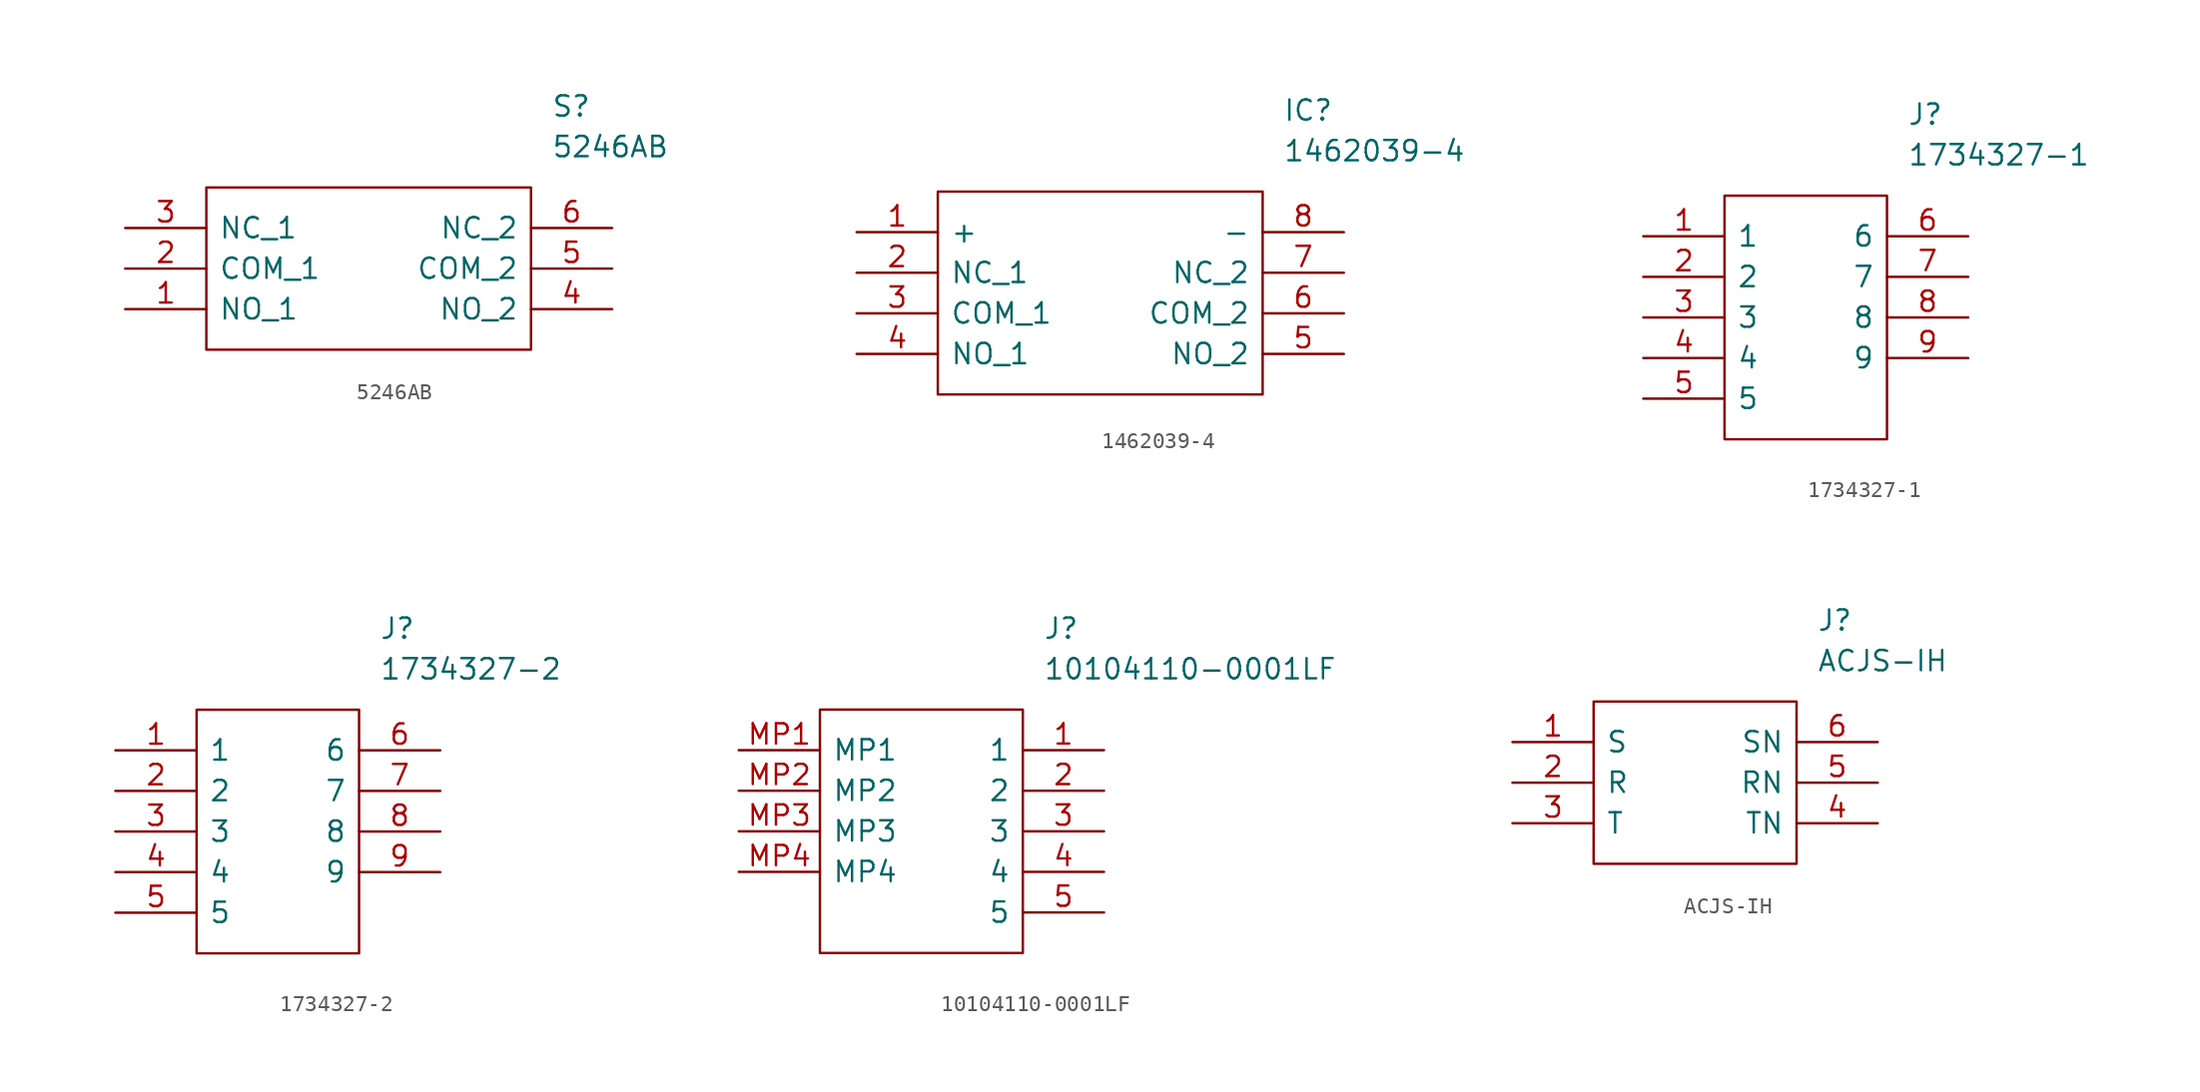
<source format=kicad_sym>
(kicad_symbol_lib
  (version 20211014)
  (generator kicad_symbol_editor)
  (symbol "5246AB"
    (pin_names
      (offset 0.762))
    (property "Reference" "S"
      (at 26.67 7.62 0)
      (effects (font (size 1.27 1.27)) (justify left)))
    (property "Value" "5246AB"
      (at 26.67 5.08 0)
      (effects (font (size 1.27 1.27)) (justify left)))
    (symbol "5246AB_0_0"
      (pin passive line (at 0 -5.08 0) (length 5.08) (name "NO_1" (effects (font (size 1.27 1.27)))) (number "1" (effects (font (size 1.27 1.27)))))
      (pin passive line (at 0 -2.54 0) (length 5.08) (name "COM_1" (effects (font (size 1.27 1.27)))) (number "2" (effects (font (size 1.27 1.27)))))
      (pin passive line (at 0 0 0) (length 5.08) (name "NC_1" (effects (font (size 1.27 1.27)))) (number "3" (effects (font (size 1.27 1.27)))))
      (pin passive line (at 30.48 -5.08 180) (length 5.08) (name "NO_2" (effects (font (size 1.27 1.27)))) (number "4" (effects (font (size 1.27 1.27)))))
      (pin passive line (at 30.48 -2.54 180) (length 5.08) (name "COM_2" (effects (font (size 1.27 1.27)))) (number "5" (effects (font (size 1.27 1.27)))))
      (pin passive line (at 30.48 0 180) (length 5.08) (name "NC_2" (effects (font (size 1.27 1.27)))) (number "6" (effects (font (size 1.27 1.27))))))
    (symbol "5246AB_0_1"
      (polyline (pts (xy 5.08 2.54) (xy 25.4 2.54) (xy 25.4 -7.62) (xy 5.08 -7.62) (xy 5.08 2.54)) (stroke (width 0.152) (type default) (color 0 0 0 0)) (fill (type none)))))
  (symbol "1462039-4"
    (pin_names
      (offset 0.762))
    (property "Reference" "IC"
      (at 26.67 7.62 0)
      (effects (font (size 1.27 1.27)) (justify left)))
    (property "Value" "1462039-4"
      (at 26.67 5.08 0)
      (effects (font (size 1.27 1.27)) (justify left)))
    (symbol "1462039-4_0_0"
      (pin passive line (at 0 0 0) (length 5.08) (name "+" (effects (font (size 1.27 1.27)))) (number "1" (effects (font (size 1.27 1.27)))))
      (pin passive line (at 0 -2.54 0) (length 5.08) (name "NC_1" (effects (font (size 1.27 1.27)))) (number "2" (effects (font (size 1.27 1.27)))))
      (pin passive line (at 0 -5.08 0) (length 5.08) (name "COM_1" (effects (font (size 1.27 1.27)))) (number "3" (effects (font (size 1.27 1.27)))))
      (pin passive line (at 0 -7.62 0) (length 5.08) (name "NO_1" (effects (font (size 1.27 1.27)))) (number "4" (effects (font (size 1.27 1.27)))))
      (pin passive line (at 30.48 -7.62 180) (length 5.08) (name "NO_2" (effects (font (size 1.27 1.27)))) (number "5" (effects (font (size 1.27 1.27)))))
      (pin passive line (at 30.48 -5.08 180) (length 5.08) (name "COM_2" (effects (font (size 1.27 1.27)))) (number "6" (effects (font (size 1.27 1.27)))))
      (pin passive line (at 30.48 -2.54 180) (length 5.08) (name "NC_2" (effects (font (size 1.27 1.27)))) (number "7" (effects (font (size 1.27 1.27)))))
      (pin passive line (at 30.48 0 180) (length 5.08) (name "-" (effects (font (size 1.27 1.27)))) (number "8" (effects (font (size 1.27 1.27))))))
    (symbol "1462039-4_0_1"
      (polyline (pts (xy 5.08 2.54) (xy 25.4 2.54) (xy 25.4 -10.16) (xy 5.08 -10.16) (xy 5.08 2.54)) (stroke (width 0.152) (type default) (color 0 0 0 0)) (fill (type none)))))
  (symbol "1734327-1"
    (pin_names
      (offset 0.762))
    (property "Reference" "J"
      (at 16.51 7.62 0)
      (effects (font (size 1.27 1.27)) (justify left)))
    (property "Value" "1734327-1"
      (at 16.51 5.08 0)
      (effects (font (size 1.27 1.27)) (justify left)))
    (symbol "1734327-1_0_0"
      (pin passive line (at 0 0 0) (length 5.08) (name "1" (effects (font (size 1.27 1.27)))) (number "1" (effects (font (size 1.27 1.27)))))
      (pin passive line (at 0 -2.54 0) (length 5.08) (name "2" (effects (font (size 1.27 1.27)))) (number "2" (effects (font (size 1.27 1.27)))))
      (pin passive line (at 0 -5.08 0) (length 5.08) (name "3" (effects (font (size 1.27 1.27)))) (number "3" (effects (font (size 1.27 1.27)))))
      (pin passive line (at 0 -7.62 0) (length 5.08) (name "4" (effects (font (size 1.27 1.27)))) (number "4" (effects (font (size 1.27 1.27)))))
      (pin passive line (at 0 -10.16 0) (length 5.08) (name "5" (effects (font (size 1.27 1.27)))) (number "5" (effects (font (size 1.27 1.27)))))
      (pin passive line (at 20.32 0 180) (length 5.08) (name "6" (effects (font (size 1.27 1.27)))) (number "6" (effects (font (size 1.27 1.27)))))
      (pin passive line (at 20.32 -2.54 180) (length 5.08) (name "7" (effects (font (size 1.27 1.27)))) (number "7" (effects (font (size 1.27 1.27)))))
      (pin passive line (at 20.32 -5.08 180) (length 5.08) (name "8" (effects (font (size 1.27 1.27)))) (number "8" (effects (font (size 1.27 1.27)))))
      (pin passive line (at 20.32 -7.62 180) (length 5.08) (name "9" (effects (font (size 1.27 1.27)))) (number "9" (effects (font (size 1.27 1.27))))))
    (symbol "1734327-1_0_1"
      (polyline (pts (xy 5.08 2.54) (xy 15.24 2.54) (xy 15.24 -12.7) (xy 5.08 -12.7) (xy 5.08 2.54)) (stroke (width 0.152) (type default) (color 0 0 0 0)) (fill (type none)))))
  (symbol "1734327-2"
    (pin_names
      (offset 0.762))
    (property "Reference" "J"
      (at 16.51 7.62 0)
      (effects (font (size 1.27 1.27)) (justify left)))
    (property "Value" "1734327-2"
      (at 16.51 5.08 0)
      (effects (font (size 1.27 1.27)) (justify left)))
    (symbol "1734327-2_0_0"
      (pin passive line (at 0 0 0) (length 5.08) (name "1" (effects (font (size 1.27 1.27)))) (number "1" (effects (font (size 1.27 1.27)))))
      (pin passive line (at 0 -2.54 0) (length 5.08) (name "2" (effects (font (size 1.27 1.27)))) (number "2" (effects (font (size 1.27 1.27)))))
      (pin passive line (at 0 -5.08 0) (length 5.08) (name "3" (effects (font (size 1.27 1.27)))) (number "3" (effects (font (size 1.27 1.27)))))
      (pin passive line (at 0 -7.62 0) (length 5.08) (name "4" (effects (font (size 1.27 1.27)))) (number "4" (effects (font (size 1.27 1.27)))))
      (pin passive line (at 0 -10.16 0) (length 5.08) (name "5" (effects (font (size 1.27 1.27)))) (number "5" (effects (font (size 1.27 1.27)))))
      (pin passive line (at 20.32 0 180) (length 5.08) (name "6" (effects (font (size 1.27 1.27)))) (number "6" (effects (font (size 1.27 1.27)))))
      (pin passive line (at 20.32 -2.54 180) (length 5.08) (name "7" (effects (font (size 1.27 1.27)))) (number "7" (effects (font (size 1.27 1.27)))))
      (pin passive line (at 20.32 -5.08 180) (length 5.08) (name "8" (effects (font (size 1.27 1.27)))) (number "8" (effects (font (size 1.27 1.27)))))
      (pin passive line (at 20.32 -7.62 180) (length 5.08) (name "9" (effects (font (size 1.27 1.27)))) (number "9" (effects (font (size 1.27 1.27))))))
    (symbol "1734327-2_0_1"
      (polyline (pts (xy 5.08 2.54) (xy 15.24 2.54) (xy 15.24 -12.7) (xy 5.08 -12.7) (xy 5.08 2.54)) (stroke (width 0.152) (type default) (color 0 0 0 0)) (fill (type none)))))
  (symbol "10104110-0001LF"
    (pin_names
      (offset 0.762))
    (property "Reference" "J"
      (at 19.05 7.62 0)
      (effects (font (size 1.27 1.27)) (justify left)))
    (property "Value" "10104110-0001LF"
      (at 19.05 5.08 0)
      (effects (font (size 1.27 1.27)) (justify left)))
    (symbol "10104110-0001LF_0_0"
      (pin passive line (at 22.86 0 180) (length 5.08) (name "1" (effects (font (size 1.27 1.27)))) (number "1" (effects (font (size 1.27 1.27)))))
      (pin passive line (at 22.86 -2.54 180) (length 5.08) (name "2" (effects (font (size 1.27 1.27)))) (number "2" (effects (font (size 1.27 1.27)))))
      (pin passive line (at 22.86 -5.08 180) (length 5.08) (name "3" (effects (font (size 1.27 1.27)))) (number "3" (effects (font (size 1.27 1.27)))))
      (pin passive line (at 22.86 -7.62 180) (length 5.08) (name "4" (effects (font (size 1.27 1.27)))) (number "4" (effects (font (size 1.27 1.27)))))
      (pin passive line (at 22.86 -10.16 180) (length 5.08) (name "5" (effects (font (size 1.27 1.27)))) (number "5" (effects (font (size 1.27 1.27)))))
      (pin passive line (at 0 0 0) (length 5.08) (name "MP1" (effects (font (size 1.27 1.27)))) (number "MP1" (effects (font (size 1.27 1.27)))))
      (pin passive line (at 0 -2.54 0) (length 5.08) (name "MP2" (effects (font (size 1.27 1.27)))) (number "MP2" (effects (font (size 1.27 1.27)))))
      (pin passive line (at 0 -5.08 0) (length 5.08) (name "MP3" (effects (font (size 1.27 1.27)))) (number "MP3" (effects (font (size 1.27 1.27)))))
      (pin passive line (at 0 -7.62 0) (length 5.08) (name "MP4" (effects (font (size 1.27 1.27)))) (number "MP4" (effects (font (size 1.27 1.27))))))
    (symbol "10104110-0001LF_0_1"
      (polyline (pts (xy 5.08 2.54) (xy 17.78 2.54) (xy 17.78 -12.7) (xy 5.08 -12.7) (xy 5.08 2.54)) (stroke (width 0.152) (type default) (color 0 0 0 0)) (fill (type none)))))
  (symbol "ACJS-IH"
    (pin_names
      (offset 0.762))
    (property "Reference" "J"
      (at 19.05 7.62 0)
      (effects (font (size 1.27 1.27)) (justify left)))
    (property "Value" "ACJS-IH"
      (at 19.05 5.08 0)
      (effects (font (size 1.27 1.27)) (justify left)))
    (symbol "ACJS-IH_0_0"
      (pin passive line (at 0 0 0) (length 5.08) (name "S" (effects (font (size 1.27 1.27)))) (number "1" (effects (font (size 1.27 1.27)))))
      (pin passive line (at 0 -2.54 0) (length 5.08) (name "R" (effects (font (size 1.27 1.27)))) (number "2" (effects (font (size 1.27 1.27)))))
      (pin passive line (at 0 -5.08 0) (length 5.08) (name "T" (effects (font (size 1.27 1.27)))) (number "3" (effects (font (size 1.27 1.27)))))
      (pin passive line (at 22.86 -5.08 180) (length 5.08) (name "TN" (effects (font (size 1.27 1.27)))) (number "4" (effects (font (size 1.27 1.27)))))
      (pin passive line (at 22.86 -2.54 180) (length 5.08) (name "RN" (effects (font (size 1.27 1.27)))) (number "5" (effects (font (size 1.27 1.27)))))
      (pin passive line (at 22.86 0 180) (length 5.08) (name "SN" (effects (font (size 1.27 1.27)))) (number "6" (effects (font (size 1.27 1.27))))))
    (symbol "ACJS-IH_0_1"
      (polyline (pts (xy 5.08 2.54) (xy 17.78 2.54) (xy 17.78 -7.62) (xy 5.08 -7.62) (xy 5.08 2.54)) (stroke (width 0.152) (type default) (color 0 0 0 0)) (fill (type none))))))
</source>
